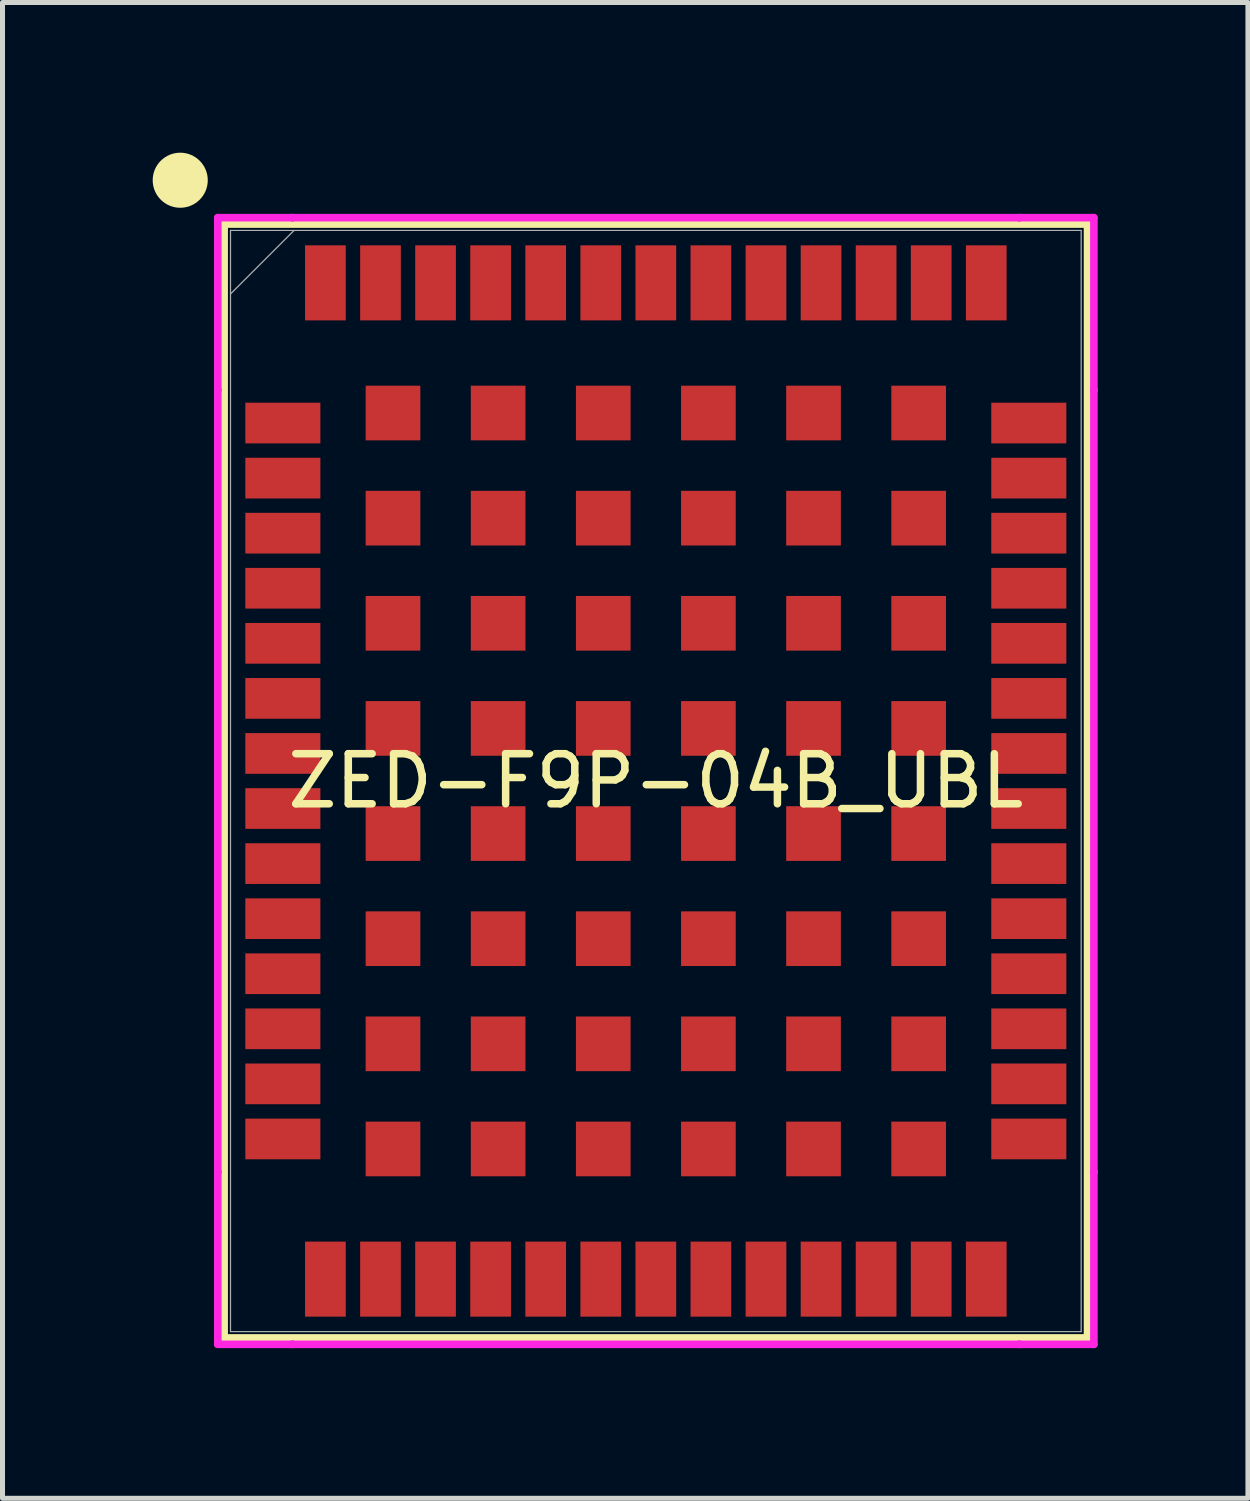
<source format=kicad_pcb>
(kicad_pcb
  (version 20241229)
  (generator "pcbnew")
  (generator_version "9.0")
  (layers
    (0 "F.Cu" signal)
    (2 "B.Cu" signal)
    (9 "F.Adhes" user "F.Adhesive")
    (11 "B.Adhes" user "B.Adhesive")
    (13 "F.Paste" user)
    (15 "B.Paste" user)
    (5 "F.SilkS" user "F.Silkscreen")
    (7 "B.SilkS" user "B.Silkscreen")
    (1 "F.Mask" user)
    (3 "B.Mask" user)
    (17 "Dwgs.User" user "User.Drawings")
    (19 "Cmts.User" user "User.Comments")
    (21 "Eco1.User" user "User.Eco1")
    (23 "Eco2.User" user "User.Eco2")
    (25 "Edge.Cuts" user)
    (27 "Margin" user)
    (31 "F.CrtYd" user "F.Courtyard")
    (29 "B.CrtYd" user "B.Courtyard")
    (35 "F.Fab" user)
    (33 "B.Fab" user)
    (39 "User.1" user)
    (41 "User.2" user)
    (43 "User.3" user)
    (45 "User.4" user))
  (footprint "ZED-F9P-04B_UBL"
    (layer "F.Cu")
    (at 10.05 12.55)
    (property "Reference" "ZED-F9P-04B_UBL" (at 0 0 0) (unlocked yes) (layer "F.SilkS") (effects (font (size 1 1) (thickness 0.15))))
    (attr smd)
    (fp_line (start -8.623 -11.125) (end -8.623 11.125) (stroke (width 0.152) (type solid)) (layer "F.SilkS"))
    (fp_line (start -8.623 11.125) (end 8.623 11.125) (stroke (width 0.152) (type solid)) (layer "F.SilkS"))
    (fp_line (start 8.623 -11.125) (end -8.623 -11.125) (stroke (width 0.152) (type solid)) (layer "F.SilkS"))
    (fp_line (start 8.623 11.125) (end 8.623 -11.125) (stroke (width 0.152) (type solid)) (layer "F.SilkS"))
    (fp_circle (center -9.5 -12) (end -9 -12) (stroke (width 0.1) (type solid)) (fill yes) (layer "F.SilkS"))
    (fp_line (start -8.75 -11.252) (end -7.26 -11.252) (stroke (width 0.152) (type solid)) (layer "F.CrtYd"))
    (fp_line (start -8.75 -7.81) (end -8.75 -11.252) (stroke (width 0.152) (type solid)) (layer "F.CrtYd"))
    (fp_line (start -8.75 -7.81) (end -8.75 -7.81) (stroke (width 0.152) (type solid)) (layer "F.CrtYd"))
    (fp_line (start -8.75 7.81) (end -8.75 -7.81) (stroke (width 0.152) (type solid)) (layer "F.CrtYd"))
    (fp_line (start -8.75 7.81) (end -8.75 7.81) (stroke (width 0.152) (type solid)) (layer "F.CrtYd"))
    (fp_line (start -8.75 11.252) (end -8.75 7.81) (stroke (width 0.152) (type solid)) (layer "F.CrtYd"))
    (fp_line (start -7.26 -11.252) (end -7.26 -11.252) (stroke (width 0.152) (type solid)) (layer "F.CrtYd"))
    (fp_line (start -7.26 -11.252) (end 7.26 -11.252) (stroke (width 0.152) (type solid)) (layer "F.CrtYd"))
    (fp_line (start -7.26 11.252) (end -8.75 11.252) (stroke (width 0.152) (type solid)) (layer "F.CrtYd"))
    (fp_line (start -7.26 11.252) (end -7.26 11.252) (stroke (width 0.152) (type solid)) (layer "F.CrtYd"))
    (fp_line (start 7.26 -11.252) (end 7.26 -11.252) (stroke (width 0.152) (type solid)) (layer "F.CrtYd"))
    (fp_line (start 7.26 -11.252) (end 8.75 -11.252) (stroke (width 0.152) (type solid)) (layer "F.CrtYd"))
    (fp_line (start 7.26 11.252) (end -7.26 11.252) (stroke (width 0.152) (type solid)) (layer "F.CrtYd"))
    (fp_line (start 7.26 11.252) (end 7.26 11.252) (stroke (width 0.152) (type solid)) (layer "F.CrtYd"))
    (fp_line (start 8.75 -11.252) (end 8.75 -7.81) (stroke (width 0.152) (type solid)) (layer "F.CrtYd"))
    (fp_line (start 8.75 -7.81) (end 8.75 -7.81) (stroke (width 0.152) (type solid)) (layer "F.CrtYd"))
    (fp_line (start 8.75 -7.81) (end 8.75 7.81) (stroke (width 0.152) (type solid)) (layer "F.CrtYd"))
    (fp_line (start 8.75 7.81) (end 8.75 7.81) (stroke (width 0.152) (type solid)) (layer "F.CrtYd"))
    (fp_line (start 8.75 7.81) (end 8.75 11.252) (stroke (width 0.152) (type solid)) (layer "F.CrtYd"))
    (fp_line (start 8.75 11.252) (end 7.26 11.252) (stroke (width 0.152) (type solid)) (layer "F.CrtYd"))
    (fp_line (start -8.496 -10.998) (end -8.496 10.998) (stroke (width 0.025) (type solid)) (layer "F.Fab"))
    (fp_line (start -8.496 -9.728) (end -7.226 -10.998) (stroke (width 0.025) (type solid)) (layer "F.Fab"))
    (fp_line (start -8.496 10.998) (end 8.496 10.998) (stroke (width 0.025) (type solid)) (layer "F.Fab"))
    (fp_line (start 8.496 -10.998) (end -8.496 -10.998) (stroke (width 0.025) (type solid)) (layer "F.Fab"))
    (fp_line (start 8.496 10.998) (end 8.496 -10.998) (stroke (width 0.025) (type solid)) (layer "F.Fab"))
    (pad "1" smd rect (at -7.45 -7.15) (size 1.499 0.813) (layers "F.Cu" "F.Mask" "F.Paste"))
    (pad "2" smd rect (at -7.45 -6.05) (size 1.499 0.813) (layers "F.Cu" "F.Mask" "F.Paste"))
    (pad "3" smd rect (at -7.45 -4.95) (size 1.499 0.813) (layers "F.Cu" "F.Mask" "F.Paste"))
    (pad "4" smd rect (at -7.45 -3.85) (size 1.499 0.813) (layers "F.Cu" "F.Mask" "F.Paste"))
    (pad "5" smd rect (at -7.45 -2.75) (size 1.499 0.813) (layers "F.Cu" "F.Mask" "F.Paste"))
    (pad "6" smd rect (at -7.45 -1.65) (size 1.499 0.813) (layers "F.Cu" "F.Mask" "F.Paste"))
    (pad "7" smd rect (at -7.45 -0.55) (size 1.499 0.813) (layers "F.Cu" "F.Mask" "F.Paste"))
    (pad "8" smd rect (at -7.45 0.55) (size 1.499 0.813) (layers "F.Cu" "F.Mask" "F.Paste"))
    (pad "9" smd rect (at -7.45 1.65) (size 1.499 0.813) (layers "F.Cu" "F.Mask" "F.Paste"))
    (pad "10" smd rect (at -7.45 2.75) (size 1.499 0.813) (layers "F.Cu" "F.Mask" "F.Paste"))
    (pad "11" smd rect (at -7.45 3.85) (size 1.499 0.813) (layers "F.Cu" "F.Mask" "F.Paste"))
    (pad "12" smd rect (at -7.45 4.95) (size 1.499 0.813) (layers "F.Cu" "F.Mask" "F.Paste"))
    (pad "13" smd rect (at -7.45 6.05) (size 1.499 0.813) (layers "F.Cu" "F.Mask" "F.Paste"))
    (pad "14" smd rect (at -7.45 7.15) (size 1.499 0.813) (layers "F.Cu" "F.Mask" "F.Paste"))
    (pad "15" smd rect (at -6.6 9.95 90) (size 1.499 0.813) (layers "F.Cu" "F.Mask" "F.Paste"))
    (pad "16" smd rect (at -5.5 9.95 90) (size 1.499 0.813) (layers "F.Cu" "F.Mask" "F.Paste"))
    (pad "17" smd rect (at -4.4 9.95 90) (size 1.499 0.813) (layers "F.Cu" "F.Mask" "F.Paste"))
    (pad "18" smd rect (at -3.3 9.95 90) (size 1.499 0.813) (layers "F.Cu" "F.Mask" "F.Paste"))
    (pad "19" smd rect (at -2.2 9.95 90) (size 1.499 0.813) (layers "F.Cu" "F.Mask" "F.Paste"))
    (pad "20" smd rect (at -1.1 9.95 90) (size 1.499 0.813) (layers "F.Cu" "F.Mask" "F.Paste"))
    (pad "21" smd rect (at 0 9.95 90) (size 1.499 0.813) (layers "F.Cu" "F.Mask" "F.Paste"))
    (pad "22" smd rect (at 1.1 9.95 90) (size 1.499 0.813) (layers "F.Cu" "F.Mask" "F.Paste"))
    (pad "23" smd rect (at 2.2 9.95 90) (size 1.499 0.813) (layers "F.Cu" "F.Mask" "F.Paste"))
    (pad "24" smd rect (at 3.3 9.95 90) (size 1.499 0.813) (layers "F.Cu" "F.Mask" "F.Paste"))
    (pad "25" smd rect (at 4.4 9.95 90) (size 1.499 0.813) (layers "F.Cu" "F.Mask" "F.Paste"))
    (pad "26" smd rect (at 5.5 9.95 90) (size 1.499 0.813) (layers "F.Cu" "F.Mask" "F.Paste"))
    (pad "27" smd rect (at 6.6 9.95 90) (size 1.499 0.813) (layers "F.Cu" "F.Mask" "F.Paste"))
    (pad "28" smd rect (at 7.45 7.15) (size 1.499 0.813) (layers "F.Cu" "F.Mask" "F.Paste"))
    (pad "29" smd rect (at 7.45 6.05) (size 1.499 0.813) (layers "F.Cu" "F.Mask" "F.Paste"))
    (pad "30" smd rect (at 7.45 4.95) (size 1.499 0.813) (layers "F.Cu" "F.Mask" "F.Paste"))
    (pad "31" smd rect (at 7.45 3.85) (size 1.499 0.813) (layers "F.Cu" "F.Mask" "F.Paste"))
    (pad "32" smd rect (at 7.45 2.75) (size 1.499 0.813) (layers "F.Cu" "F.Mask" "F.Paste"))
    (pad "33" smd rect (at 7.45 1.65) (size 1.499 0.813) (layers "F.Cu" "F.Mask" "F.Paste"))
    (pad "34" smd rect (at 7.45 0.55) (size 1.499 0.813) (layers "F.Cu" "F.Mask" "F.Paste"))
    (pad "35" smd rect (at 7.45 -0.55) (size 1.499 0.813) (layers "F.Cu" "F.Mask" "F.Paste"))
    (pad "36" smd rect (at 7.45 -1.65) (size 1.499 0.813) (layers "F.Cu" "F.Mask" "F.Paste"))
    (pad "37" smd rect (at 7.45 -2.75) (size 1.499 0.813) (layers "F.Cu" "F.Mask" "F.Paste"))
    (pad "38" smd rect (at 7.45 -3.85) (size 1.499 0.813) (layers "F.Cu" "F.Mask" "F.Paste"))
    (pad "39" smd rect (at 7.45 -4.95) (size 1.499 0.813) (layers "F.Cu" "F.Mask" "F.Paste"))
    (pad "40" smd rect (at 7.45 -6.05) (size 1.499 0.813) (layers "F.Cu" "F.Mask" "F.Paste"))
    (pad "41" smd rect (at 7.45 -7.15) (size 1.499 0.813) (layers "F.Cu" "F.Mask" "F.Paste"))
    (pad "42" smd rect (at 6.6 -9.95 90) (size 1.499 0.813) (layers "F.Cu" "F.Mask" "F.Paste"))
    (pad "43" smd rect (at 5.5 -9.95 90) (size 1.499 0.813) (layers "F.Cu" "F.Mask" "F.Paste"))
    (pad "44" smd rect (at 4.4 -9.95 90) (size 1.499 0.813) (layers "F.Cu" "F.Mask" "F.Paste"))
    (pad "45" smd rect (at 3.3 -9.95 90) (size 1.499 0.813) (layers "F.Cu" "F.Mask" "F.Paste"))
    (pad "46" smd rect (at 2.2 -9.95 90) (size 1.499 0.813) (layers "F.Cu" "F.Mask" "F.Paste"))
    (pad "47" smd rect (at 1.1 -9.95 90) (size 1.499 0.813) (layers "F.Cu" "F.Mask" "F.Paste"))
    (pad "48" smd rect (at 0 -9.95 90) (size 1.499 0.813) (layers "F.Cu" "F.Mask" "F.Paste"))
    (pad "49" smd rect (at -1.1 -9.95 90) (size 1.499 0.813) (layers "F.Cu" "F.Mask" "F.Paste"))
    (pad "50" smd rect (at -2.2 -9.95 90) (size 1.499 0.813) (layers "F.Cu" "F.Mask" "F.Paste"))
    (pad "51" smd rect (at -3.3 -9.95 90) (size 1.499 0.813) (layers "F.Cu" "F.Mask" "F.Paste"))
    (pad "52" smd rect (at -4.4 -9.95 90) (size 1.499 0.813) (layers "F.Cu" "F.Mask" "F.Paste"))
    (pad "53" smd rect (at -5.5 -9.95 90) (size 1.499 0.813) (layers "F.Cu" "F.Mask" "F.Paste"))
    (pad "54" smd rect (at -6.6 -9.95 90) (size 1.499 0.813) (layers "F.Cu" "F.Mask" "F.Paste"))
    (pad "55" smd rect (at -5.25 -7.35) (size 1.092 1.092) (layers "F.Cu" "F.Mask" "F.Paste"))
    (pad "56" smd rect (at -3.15 -7.35) (size 1.092 1.092) (layers "F.Cu" "F.Mask" "F.Paste"))
    (pad "57" smd rect (at -1.05 -7.35) (size 1.092 1.092) (layers "F.Cu" "F.Mask" "F.Paste"))
    (pad "58" smd rect (at 1.05 -7.35) (size 1.092 1.092) (layers "F.Cu" "F.Mask" "F.Paste"))
    (pad "59" smd rect (at 3.15 -7.35) (size 1.092 1.092) (layers "F.Cu" "F.Mask" "F.Paste"))
    (pad "60" smd rect (at 5.25 -7.35) (size 1.092 1.092) (layers "F.Cu" "F.Mask" "F.Paste"))
    (pad "61" smd rect (at -5.25 -5.25) (size 1.092 1.092) (layers "F.Cu" "F.Mask" "F.Paste"))
    (pad "62" smd rect (at -3.15 -5.25) (size 1.092 1.092) (layers "F.Cu" "F.Mask" "F.Paste"))
    (pad "63" smd rect (at -1.05 -5.25) (size 1.092 1.092) (layers "F.Cu" "F.Mask" "F.Paste"))
    (pad "64" smd rect (at 1.05 -5.25) (size 1.092 1.092) (layers "F.Cu" "F.Mask" "F.Paste"))
    (pad "65" smd rect (at 3.15 -5.25) (size 1.092 1.092) (layers "F.Cu" "F.Mask" "F.Paste"))
    (pad "66" smd rect (at 5.25 -5.25) (size 1.092 1.092) (layers "F.Cu" "F.Mask" "F.Paste"))
    (pad "67" smd rect (at -5.25 -3.15) (size 1.092 1.092) (layers "F.Cu" "F.Mask" "F.Paste"))
    (pad "68" smd rect (at -3.15 -3.15) (size 1.092 1.092) (layers "F.Cu" "F.Mask" "F.Paste"))
    (pad "69" smd rect (at -1.05 -3.15) (size 1.092 1.092) (layers "F.Cu" "F.Mask" "F.Paste"))
    (pad "70" smd rect (at 1.05 -3.15) (size 1.092 1.092) (layers "F.Cu" "F.Mask" "F.Paste"))
    (pad "71" smd rect (at 3.15 -3.15) (size 1.092 1.092) (layers "F.Cu" "F.Mask" "F.Paste"))
    (pad "72" smd rect (at 5.25 -3.15) (size 1.092 1.092) (layers "F.Cu" "F.Mask" "F.Paste"))
    (pad "73" smd rect (at -5.25 -1.05) (size 1.092 1.092) (layers "F.Cu" "F.Mask" "F.Paste"))
    (pad "74" smd rect (at -3.15 -1.05) (size 1.092 1.092) (layers "F.Cu" "F.Mask" "F.Paste"))
    (pad "75" smd rect (at -1.05 -1.05) (size 1.092 1.092) (layers "F.Cu" "F.Mask" "F.Paste"))
    (pad "76" smd rect (at 1.05 -1.05) (size 1.092 1.092) (layers "F.Cu" "F.Mask" "F.Paste"))
    (pad "77" smd rect (at 3.15 -1.05) (size 1.092 1.092) (layers "F.Cu" "F.Mask" "F.Paste"))
    (pad "78" smd rect (at 5.25 -1.05) (size 1.092 1.092) (layers "F.Cu" "F.Mask" "F.Paste"))
    (pad "79" smd rect (at -5.25 1.05) (size 1.092 1.092) (layers "F.Cu" "F.Mask" "F.Paste"))
    (pad "80" smd rect (at -3.15 1.05) (size 1.092 1.092) (layers "F.Cu" "F.Mask" "F.Paste"))
    (pad "81" smd rect (at -1.05 1.05) (size 1.092 1.092) (layers "F.Cu" "F.Mask" "F.Paste"))
    (pad "82" smd rect (at 1.05 1.05) (size 1.092 1.092) (layers "F.Cu" "F.Mask" "F.Paste"))
    (pad "83" smd rect (at 3.15 1.05) (size 1.092 1.092) (layers "F.Cu" "F.Mask" "F.Paste"))
    (pad "84" smd rect (at 5.25 1.05) (size 1.092 1.092) (layers "F.Cu" "F.Mask" "F.Paste"))
    (pad "85" smd rect (at -5.25 3.15) (size 1.092 1.092) (layers "F.Cu" "F.Mask" "F.Paste"))
    (pad "86" smd rect (at -3.15 3.15) (size 1.092 1.092) (layers "F.Cu" "F.Mask" "F.Paste"))
    (pad "87" smd rect (at -1.05 3.15) (size 1.092 1.092) (layers "F.Cu" "F.Mask" "F.Paste"))
    (pad "88" smd rect (at 1.05 3.15) (size 1.092 1.092) (layers "F.Cu" "F.Mask" "F.Paste"))
    (pad "89" smd rect (at 3.15 3.15) (size 1.092 1.092) (layers "F.Cu" "F.Mask" "F.Paste"))
    (pad "90" smd rect (at 5.25 3.15) (size 1.092 1.092) (layers "F.Cu" "F.Mask" "F.Paste"))
    (pad "91" smd rect (at -5.25 5.25) (size 1.092 1.092) (layers "F.Cu" "F.Mask" "F.Paste"))
    (pad "92" smd rect (at -3.15 5.25) (size 1.092 1.092) (layers "F.Cu" "F.Mask" "F.Paste"))
    (pad "93" smd rect (at -1.05 5.25) (size 1.092 1.092) (layers "F.Cu" "F.Mask" "F.Paste"))
    (pad "94" smd rect (at 1.05 5.25) (size 1.092 1.092) (layers "F.Cu" "F.Mask" "F.Paste"))
    (pad "95" smd rect (at 3.15 5.25) (size 1.092 1.092) (layers "F.Cu" "F.Mask" "F.Paste"))
    (pad "96" smd rect (at 5.25 5.25) (size 1.092 1.092) (layers "F.Cu" "F.Mask" "F.Paste"))
    (pad "97" smd rect (at -5.25 7.35) (size 1.092 1.092) (layers "F.Cu" "F.Mask" "F.Paste"))
    (pad "98" smd rect (at -3.15 7.35) (size 1.092 1.092) (layers "F.Cu" "F.Mask" "F.Paste"))
    (pad "99" smd rect (at -1.05 7.35) (size 1.092 1.092) (layers "F.Cu" "F.Mask" "F.Paste"))
    (pad "100" smd rect (at 1.05 7.35) (size 1.092 1.092) (layers "F.Cu" "F.Mask" "F.Paste"))
    (pad "101" smd rect (at 3.15 7.35) (size 1.092 1.092) (layers "F.Cu" "F.Mask" "F.Paste"))
    (pad "102" smd rect (at 5.25 7.35) (size 1.092 1.092) (layers "F.Cu" "F.Mask" "F.Paste")))
  (gr_rect
    (start -3 -3)
    (end 21.877 26.878)
    (stroke (width 0.1) (type default))
    (fill no)
    (layer "Edge.Cuts")))
</source>
